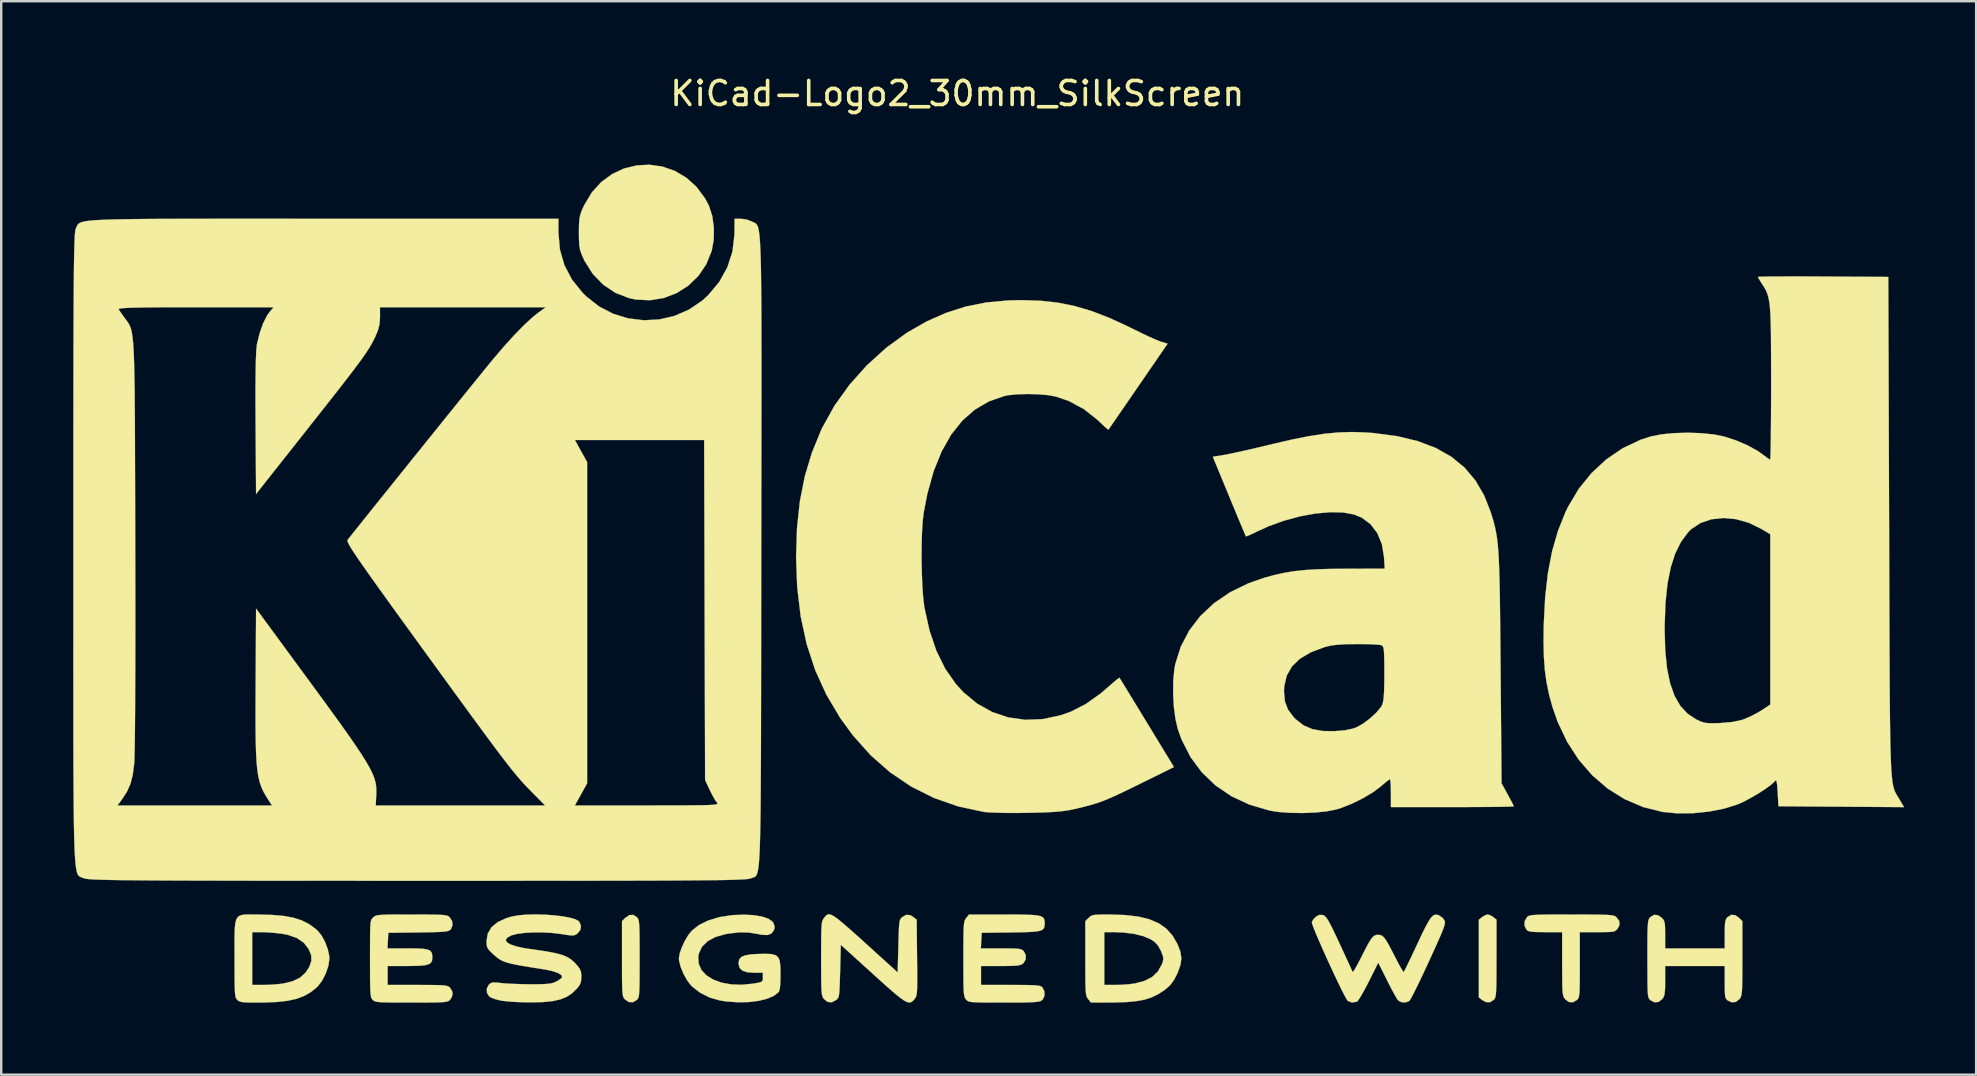
<source format=kicad_pcb>
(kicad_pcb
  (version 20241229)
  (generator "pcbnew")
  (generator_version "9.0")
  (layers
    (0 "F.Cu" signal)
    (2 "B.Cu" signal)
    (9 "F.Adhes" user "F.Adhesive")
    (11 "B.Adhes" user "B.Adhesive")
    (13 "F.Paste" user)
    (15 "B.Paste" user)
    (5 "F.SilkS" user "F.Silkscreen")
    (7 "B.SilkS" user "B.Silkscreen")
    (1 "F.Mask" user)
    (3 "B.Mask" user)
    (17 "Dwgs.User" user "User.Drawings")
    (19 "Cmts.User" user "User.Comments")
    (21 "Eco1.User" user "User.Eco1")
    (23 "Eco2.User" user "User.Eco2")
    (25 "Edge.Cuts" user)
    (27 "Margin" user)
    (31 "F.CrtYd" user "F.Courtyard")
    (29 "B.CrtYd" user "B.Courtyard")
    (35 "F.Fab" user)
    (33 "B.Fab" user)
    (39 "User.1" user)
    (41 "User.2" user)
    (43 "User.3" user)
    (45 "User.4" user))
  (footprint "KiCad-Logo2_30mm_SilkScreen"
    (layer "F.Cu")
    (at 38.106 18.628)
    (property "Reference" "KiCad-Logo2_30mm_SilkScreen" (at -1.27 -17.78 0) (layer "F.SilkS") (effects (font (size 1 1) (thickness 0.15))))
    (attr exclude_from_pos_files exclude_from_bom)
    (fp_poly (pts (xy 20.943 16.459) (xy 21.062 16.533) (xy 21.195 16.641) (xy 21.195 18.249) (xy 21.194 18.719) (xy 21.193 19.09) (xy 21.189 19.374) (xy 21.182 19.584) (xy 21.171 19.734) (xy 21.155 19.836) (xy 21.134 19.905) (xy 21.107 19.952) (xy 21.087 19.975) (xy 20.93 20.078) (xy 20.751 20.074) (xy 20.594 19.986) (xy 20.461 19.878) (xy 20.461 16.641) (xy 20.594 16.533) (xy 20.723 16.455) (xy 20.828 16.425) (xy 20.943 16.459)) (stroke (width 0.01) (type solid)) (fill yes) (layer "F.SilkS"))
    (fp_poly (pts (xy -14.619 16.538) (xy -14.586 16.576) (xy -14.56 16.625) (xy -14.541 16.698) (xy -14.527 16.808) (xy -14.517 16.968) (xy -14.511 17.192) (xy -14.508 17.492) (xy -14.506 17.881) (xy -14.506 18.26) (xy -14.507 18.729) (xy -14.508 19.098) (xy -14.512 19.381) (xy -14.519 19.59) (xy -14.529 19.739) (xy -14.544 19.84) (xy -14.565 19.907) (xy -14.593 19.952) (xy -14.619 19.981) (xy -14.784 20.08) (xy -14.96 20.071) (xy -15.117 19.964) (xy -15.153 19.922) (xy -15.182 19.873) (xy -15.203 19.804) (xy -15.218 19.702) (xy -15.229 19.553) (xy -15.235 19.343) (xy -15.239 19.059) (xy -15.24 18.688) (xy -15.24 18.268) (xy -15.24 16.702) (xy -15.101 16.564) (xy -14.931 16.447) (xy -14.765 16.443) (xy -14.619 16.538)) (stroke (width 0.01) (type solid)) (fill yes) (layer "F.SilkS"))
    (fp_poly (pts (xy -13.557 -14.738) (xy -13.044 -14.56) (xy -12.567 -14.28) (xy -12.141 -13.898) (xy -11.781 -13.415) (xy -11.619 -13.11) (xy -11.48 -12.683) (xy -11.412 -12.191) (xy -11.419 -11.684) (xy -11.503 -11.226) (xy -11.73 -10.665) (xy -12.061 -10.179) (xy -12.477 -9.777) (xy -12.961 -9.468) (xy -13.499 -9.262) (xy -14.071 -9.168) (xy -14.662 -9.197) (xy -14.953 -9.259) (xy -15.521 -9.48) (xy -16.025 -9.817) (xy -16.454 -10.26) (xy -16.795 -10.798) (xy -16.823 -10.856) (xy -16.923 -11.077) (xy -16.986 -11.263) (xy -17.02 -11.459) (xy -17.033 -11.71) (xy -17.036 -11.983) (xy -17.032 -12.311) (xy -17.015 -12.549) (xy -16.976 -12.741) (xy -16.906 -12.933) (xy -16.82 -13.122) (xy -16.498 -13.66) (xy -16.103 -14.095) (xy -15.648 -14.428) (xy -15.151 -14.659) (xy -14.626 -14.787) (xy -14.09 -14.814) (xy -13.557 -14.738)) (stroke (width 0.01) (type solid)) (fill yes) (layer "F.SilkS"))
    (fp_poly (pts (xy 24.815 16.426) (xy 25.209 16.428) (xy 25.514 16.432) (xy 25.744 16.438) (xy 25.911 16.448) (xy 26.026 16.463) (xy 26.103 16.481) (xy 26.154 16.506) (xy 26.179 16.524) (xy 26.307 16.687) (xy 26.323 16.856) (xy 26.244 17.009) (xy 26.192 17.07) (xy 26.136 17.112) (xy 26.055 17.138) (xy 25.928 17.152) (xy 25.734 17.158) (xy 25.451 17.159) (xy 25.396 17.159) (xy 24.666 17.159) (xy 24.666 18.514) (xy 24.666 18.941) (xy 24.664 19.269) (xy 24.659 19.514) (xy 24.65 19.689) (xy 24.636 19.809) (xy 24.616 19.888) (xy 24.588 19.941) (xy 24.553 19.981) (xy 24.389 20.081) (xy 24.217 20.073) (xy 24.061 19.96) (xy 24.049 19.945) (xy 24.012 19.892) (xy 23.984 19.83) (xy 23.963 19.744) (xy 23.949 19.619) (xy 23.94 19.439) (xy 23.935 19.19) (xy 23.933 18.857) (xy 23.932 18.478) (xy 23.932 17.159) (xy 23.236 17.159) (xy 22.937 17.157) (xy 22.73 17.149) (xy 22.594 17.133) (xy 22.508 17.105) (xy 22.452 17.063) (xy 22.445 17.056) (xy 22.364 16.89) (xy 22.371 16.702) (xy 22.465 16.538) (xy 22.501 16.506) (xy 22.548 16.481) (xy 22.618 16.462) (xy 22.723 16.448) (xy 22.877 16.438) (xy 23.091 16.431) (xy 23.378 16.427) (xy 23.751 16.426) (xy 24.221 16.425) (xy 24.321 16.425) (xy 24.815 16.426)) (stroke (width 0.01) (type solid)) (fill yes) (layer "F.SilkS"))
    (fp_poly (pts (xy 31.144 16.453) (xy 31.301 16.564) (xy 31.44 16.702) (xy 31.44 18.25) (xy 31.439 18.709) (xy 31.437 19.069) (xy 31.433 19.344) (xy 31.426 19.547) (xy 31.415 19.692) (xy 31.398 19.792) (xy 31.376 19.862) (xy 31.346 19.914) (xy 31.323 19.945) (xy 31.169 20.068) (xy 30.992 20.082) (xy 30.831 20.006) (xy 30.778 19.962) (xy 30.742 19.903) (xy 30.721 19.808) (xy 30.71 19.655) (xy 30.706 19.423) (xy 30.706 19.244) (xy 30.706 18.57) (xy 28.222 18.57) (xy 28.222 19.183) (xy 28.22 19.464) (xy 28.209 19.657) (xy 28.188 19.787) (xy 28.15 19.879) (xy 28.105 19.945) (xy 27.951 20.068) (xy 27.776 20.083) (xy 27.609 19.995) (xy 27.563 19.95) (xy 27.531 19.889) (xy 27.509 19.795) (xy 27.497 19.648) (xy 27.49 19.43) (xy 27.487 19.121) (xy 27.487 19.05) (xy 27.484 18.468) (xy 27.483 17.989) (xy 27.484 17.601) (xy 27.486 17.294) (xy 27.491 17.058) (xy 27.5 16.883) (xy 27.511 16.756) (xy 27.527 16.669) (xy 27.548 16.61) (xy 27.573 16.569) (xy 27.601 16.538) (xy 27.761 16.439) (xy 27.927 16.453) (xy 28.084 16.564) (xy 28.147 16.636) (xy 28.188 16.715) (xy 28.21 16.828) (xy 28.22 17) (xy 28.222 17.259) (xy 28.222 17.269) (xy 28.222 17.836) (xy 30.706 17.836) (xy 30.706 17.244) (xy 30.708 16.971) (xy 30.718 16.786) (xy 30.74 16.667) (xy 30.777 16.587) (xy 30.819 16.538) (xy 30.978 16.439) (xy 31.144 16.453)) (stroke (width 0.01) (type solid)) (fill yes) (layer "F.SilkS"))
    (fp_poly (pts (xy 5.092 16.426) (xy 5.736 16.448) (xy 6.285 16.514) (xy 6.746 16.629) (xy 7.129 16.795) (xy 7.443 17.018) (xy 7.696 17.301) (xy 7.898 17.648) (xy 7.902 17.657) (xy 8.023 17.967) (xy 8.066 18.243) (xy 8.031 18.519) (xy 7.918 18.835) (xy 7.897 18.883) (xy 7.751 19.165) (xy 7.587 19.382) (xy 7.375 19.567) (xy 7.086 19.751) (xy 7.069 19.76) (xy 6.818 19.881) (xy 6.533 19.971) (xy 6.198 20.034) (xy 5.793 20.073) (xy 5.3 20.09) (xy 5.126 20.091) (xy 4.298 20.094) (xy 4.181 19.945) (xy 4.146 19.897) (xy 4.119 19.839) (xy 4.099 19.76) (xy 4.084 19.646) (xy 4.074 19.482) (xy 4.071 19.36) (xy 4.854 19.36) (xy 5.324 19.36) (xy 5.598 19.352) (xy 5.88 19.331) (xy 6.112 19.301) (xy 6.126 19.299) (xy 6.537 19.189) (xy 6.856 19.023) (xy 7.092 18.794) (xy 7.257 18.495) (xy 7.286 18.415) (xy 7.314 18.292) (xy 7.301 18.17) (xy 7.242 18.007) (xy 7.207 17.927) (xy 7.09 17.715) (xy 6.949 17.566) (xy 6.795 17.463) (xy 6.485 17.328) (xy 6.088 17.23) (xy 5.626 17.174) (xy 5.292 17.161) (xy 4.854 17.159) (xy 4.854 19.36) (xy 4.071 19.36) (xy 4.068 19.255) (xy 4.065 18.952) (xy 4.064 18.558) (xy 4.064 18.25) (xy 4.064 16.702) (xy 4.203 16.564) (xy 4.264 16.508) (xy 4.331 16.469) (xy 4.423 16.445) (xy 4.564 16.432) (xy 4.774 16.427) (xy 5.074 16.426) (xy 5.092 16.426)) (stroke (width 0.01) (type solid)) (fill yes) (layer "F.SilkS"))
    (fp_poly (pts (xy -30.607 16.425) (xy -30.409 16.427) (xy -29.831 16.441) (xy -29.347 16.483) (xy -28.94 16.556) (xy -28.594 16.666) (xy -28.292 16.817) (xy -28.019 17.013) (xy -27.921 17.098) (xy -27.759 17.297) (xy -27.613 17.567) (xy -27.5 17.867) (xy -27.438 18.154) (xy -27.432 18.26) (xy -27.472 18.554) (xy -27.579 18.875) (xy -27.735 19.179) (xy -27.919 19.422) (xy -27.949 19.451) (xy -28.203 19.657) (xy -28.481 19.817) (xy -28.798 19.937) (xy -29.172 20.02) (xy -29.619 20.07) (xy -30.153 20.092) (xy -30.398 20.094) (xy -30.709 20.093) (xy -30.928 20.086) (xy -31.075 20.073) (xy -31.17 20.049) (xy -31.235 20.013) (xy -31.27 19.981) (xy -31.303 19.943) (xy -31.329 19.895) (xy -31.349 19.822) (xy -31.363 19.712) (xy -31.372 19.551) (xy -31.378 19.328) (xy -31.382 19.028) (xy -31.383 18.638) (xy -31.383 18.26) (xy -31.384 17.755) (xy -31.384 17.352) (xy -31.379 17.159) (xy -30.649 17.159) (xy -30.649 19.36) (xy -30.184 19.36) (xy -29.903 19.352) (xy -29.61 19.331) (xy -29.365 19.302) (xy -29.358 19.301) (xy -28.962 19.205) (xy -28.655 19.056) (xy -28.422 18.844) (xy -28.273 18.615) (xy -28.182 18.36) (xy -28.189 18.121) (xy -28.295 17.865) (xy -28.502 17.599) (xy -28.79 17.403) (xy -29.164 17.272) (xy -29.414 17.225) (xy -29.697 17.193) (xy -29.998 17.169) (xy -30.253 17.159) (xy -30.268 17.159) (xy -30.649 17.159) (xy -31.379 17.159) (xy -31.376 17.039) (xy -31.355 16.805) (xy -31.314 16.639) (xy -31.248 16.529) (xy -31.15 16.464) (xy -31.014 16.432) (xy -30.835 16.423) (xy -30.607 16.425)) (stroke (width 0.01) (type solid)) (fill yes) (layer "F.SilkS"))
    (fp_poly (pts (xy -6.501 16.447) (xy -6.383 16.516) (xy -6.229 16.629) (xy -6.03 16.792) (xy -5.78 17.009) (xy -5.469 17.285) (xy -5.09 17.627) (xy -4.657 18.02) (xy -3.754 18.839) (xy -3.725 17.74) (xy -3.715 17.362) (xy -3.705 17.08) (xy -3.694 16.879) (xy -3.678 16.741) (xy -3.656 16.652) (xy -3.626 16.594) (xy -3.585 16.551) (xy -3.564 16.533) (xy -3.391 16.438) (xy -3.227 16.452) (xy -3.097 16.533) (xy -2.963 16.641) (xy -2.947 18.216) (xy -2.942 18.679) (xy -2.94 19.043) (xy -2.941 19.321) (xy -2.945 19.527) (xy -2.954 19.674) (xy -2.969 19.776) (xy -2.99 19.847) (xy -3.018 19.9) (xy -3.05 19.942) (xy -3.117 20.021) (xy -3.184 20.073) (xy -3.261 20.093) (xy -3.355 20.075) (xy -3.477 20.014) (xy -3.636 19.904) (xy -3.842 19.74) (xy -4.103 19.515) (xy -4.429 19.224) (xy -4.798 18.89) (xy -6.124 17.687) (xy -6.152 18.783) (xy -6.163 19.161) (xy -6.173 19.442) (xy -6.184 19.643) (xy -6.2 19.779) (xy -6.222 19.869) (xy -6.252 19.926) (xy -6.293 19.969) (xy -6.314 19.986) (xy -6.499 20.082) (xy -6.674 20.067) (xy -6.826 19.945) (xy -6.86 19.896) (xy -6.888 19.839) (xy -6.908 19.76) (xy -6.923 19.645) (xy -6.932 19.48) (xy -6.938 19.253) (xy -6.941 18.948) (xy -6.943 18.552) (xy -6.943 18.26) (xy -6.942 17.802) (xy -6.941 17.443) (xy -6.937 17.17) (xy -6.929 16.969) (xy -6.918 16.825) (xy -6.901 16.725) (xy -6.878 16.656) (xy -6.848 16.604) (xy -6.826 16.574) (xy -6.769 16.503) (xy -6.717 16.45) (xy -6.659 16.419) (xy -6.59 16.417) (xy -6.501 16.447)) (stroke (width 0.01) (type solid)) (fill yes) (layer "F.SilkS"))
    (fp_poly (pts (xy -9.75 16.453) (xy -9.408 16.51) (xy -9.145 16.6) (xy -8.974 16.717) (xy -8.927 16.785) (xy -8.879 16.941) (xy -8.911 17.082) (xy -9.012 17.216) (xy -9.169 17.279) (xy -9.396 17.273) (xy -9.572 17.24) (xy -9.962 17.175) (xy -10.361 17.169) (xy -10.808 17.221) (xy -10.931 17.243) (xy -11.346 17.361) (xy -11.671 17.535) (xy -11.902 17.763) (xy -12.036 18.042) (xy -12.063 18.187) (xy -12.045 18.48) (xy -11.929 18.739) (xy -11.724 18.96) (xy -11.442 19.136) (xy -11.094 19.264) (xy -10.689 19.338) (xy -10.239 19.352) (xy -9.755 19.303) (xy -9.727 19.298) (xy -9.534 19.262) (xy -9.427 19.228) (xy -9.381 19.176) (xy -9.37 19.09) (xy -9.37 19.044) (xy -9.37 18.852) (xy -9.712 18.852) (xy -10.014 18.832) (xy -10.221 18.766) (xy -10.341 18.649) (xy -10.384 18.475) (xy -10.385 18.452) (xy -10.359 18.303) (xy -10.272 18.197) (xy -10.11 18.127) (xy -9.859 18.086) (xy -9.616 18.071) (xy -9.262 18.062) (xy -9.006 18.075) (xy -8.831 18.124) (xy -8.722 18.222) (xy -8.664 18.382) (xy -8.64 18.619) (xy -8.636 18.93) (xy -8.643 19.278) (xy -8.664 19.514) (xy -8.7 19.64) (xy -8.707 19.65) (xy -8.901 19.808) (xy -9.186 19.932) (xy -9.544 20.022) (xy -9.957 20.073) (xy -10.406 20.083) (xy -10.873 20.05) (xy -11.148 20.01) (xy -11.579 19.888) (xy -11.979 19.688) (xy -12.315 19.429) (xy -12.366 19.378) (xy -12.532 19.16) (xy -12.681 18.891) (xy -12.797 18.608) (xy -12.861 18.351) (xy -12.869 18.253) (xy -12.836 18.047) (xy -12.748 17.791) (xy -12.621 17.522) (xy -12.474 17.276) (xy -12.344 17.112) (xy -12.039 16.867) (xy -11.645 16.673) (xy -11.176 16.532) (xy -10.646 16.451) (xy -10.16 16.431) (xy -9.75 16.453)) (stroke (width 0.01) (type solid)) (fill yes) (layer "F.SilkS"))
    (fp_poly (pts (xy 1.152 16.426) (xy 1.534 16.431) (xy 1.826 16.442) (xy 2.041 16.461) (xy 2.191 16.491) (xy 2.287 16.535) (xy 2.341 16.596) (xy 2.365 16.675) (xy 2.371 16.775) (xy 2.371 16.787) (xy 2.366 16.9) (xy 2.342 16.988) (xy 2.287 17.053) (xy 2.187 17.1) (xy 2.029 17.131) (xy 1.801 17.151) (xy 1.49 17.163) (xy 1.081 17.17) (xy 0.956 17.172) (xy -0.254 17.187) (xy -0.271 17.512) (xy -0.288 17.836) (xy 0.553 17.836) (xy 0.881 17.838) (xy 1.116 17.843) (xy 1.275 17.854) (xy 1.379 17.874) (xy 1.445 17.904) (xy 1.494 17.947) (xy 1.494 17.947) (xy 1.582 18.116) (xy 1.579 18.297) (xy 1.487 18.452) (xy 1.468 18.468) (xy 1.404 18.509) (xy 1.315 18.538) (xy 1.183 18.556) (xy 0.987 18.566) (xy 0.708 18.57) (xy 0.53 18.57) (xy -0.282 18.57) (xy -0.282 19.36) (xy 0.951 19.36) (xy 1.358 19.361) (xy 1.667 19.364) (xy 1.893 19.37) (xy 2.051 19.381) (xy 2.156 19.398) (xy 2.223 19.421) (xy 2.266 19.452) (xy 2.277 19.464) (xy 2.358 19.621) (xy 2.364 19.801) (xy 2.298 19.956) (xy 2.245 20.006) (xy 2.191 20.034) (xy 2.106 20.055) (xy 1.978 20.071) (xy 1.794 20.082) (xy 1.539 20.089) (xy 1.2 20.093) (xy 0.765 20.094) (xy 0.667 20.094) (xy 0.225 20.094) (xy -0.119 20.092) (xy -0.377 20.088) (xy -0.564 20.081) (xy -0.694 20.069) (xy -0.78 20.051) (xy -0.837 20.026) (xy -0.878 19.994) (xy -0.901 19.971) (xy -0.935 19.929) (xy -0.961 19.878) (xy -0.981 19.804) (xy -0.996 19.693) (xy -1.006 19.532) (xy -1.012 19.307) (xy -1.015 19.006) (xy -1.016 18.615) (xy -1.016 18.285) (xy -1.016 17.823) (xy -1.014 17.461) (xy -1.01 17.184) (xy -1.003 16.979) (xy -0.992 16.832) (xy -0.975 16.731) (xy -0.953 16.66) (xy -0.924 16.607) (xy -0.899 16.574) (xy -0.782 16.425) (xy 0.669 16.425) (xy 1.152 16.426)) (stroke (width 0.01) (type solid)) (fill yes) (layer "F.SilkS"))
    (fp_poly (pts (xy -23.564 16.426) (xy -23.217 16.428) (xy -22.955 16.432) (xy -22.764 16.44) (xy -22.631 16.452) (xy -22.541 16.47) (xy -22.48 16.494) (xy -22.435 16.526) (xy -22.419 16.54) (xy -22.32 16.696) (xy -22.302 16.874) (xy -22.367 17.033) (xy -22.398 17.065) (xy -22.446 17.096) (xy -22.525 17.12) (xy -22.647 17.138) (xy -22.828 17.151) (xy -23.083 17.16) (xy -23.425 17.168) (xy -23.738 17.172) (xy -24.977 17.187) (xy -24.994 17.512) (xy -25.011 17.836) (xy -24.17 17.836) (xy -23.805 17.84) (xy -23.538 17.853) (xy -23.353 17.882) (xy -23.236 17.932) (xy -23.172 18.008) (xy -23.146 18.117) (xy -23.142 18.219) (xy -23.155 18.343) (xy -23.201 18.435) (xy -23.297 18.498) (xy -23.456 18.539) (xy -23.692 18.561) (xy -24.02 18.569) (xy -24.199 18.57) (xy -25.005 18.57) (xy -25.005 19.36) (xy -23.763 19.36) (xy -23.356 19.361) (xy -23.047 19.364) (xy -22.82 19.369) (xy -22.66 19.38) (xy -22.553 19.396) (xy -22.482 19.419) (xy -22.433 19.45) (xy -22.408 19.473) (xy -22.323 19.608) (xy -22.296 19.727) (xy -22.335 19.873) (xy -22.408 19.981) (xy -22.448 20.015) (xy -22.498 20.042) (xy -22.574 20.061) (xy -22.689 20.076) (xy -22.856 20.085) (xy -23.088 20.09) (xy -23.401 20.093) (xy -23.807 20.094) (xy -24.017 20.094) (xy -24.468 20.094) (xy -24.82 20.092) (xy -25.086 20.088) (xy -25.28 20.08) (xy -25.415 20.068) (xy -25.506 20.051) (xy -25.566 20.028) (xy -25.609 19.997) (xy -25.626 19.981) (xy -25.659 19.943) (xy -25.685 19.894) (xy -25.704 19.821) (xy -25.718 19.711) (xy -25.728 19.55) (xy -25.734 19.326) (xy -25.737 19.024) (xy -25.738 18.634) (xy -25.739 18.27) (xy -25.738 17.804) (xy -25.737 17.437) (xy -25.734 17.157) (xy -25.728 16.951) (xy -25.718 16.804) (xy -25.703 16.705) (xy -25.681 16.639) (xy -25.653 16.594) (xy -25.617 16.556) (xy -25.608 16.548) (xy -25.565 16.511) (xy -25.514 16.482) (xy -25.443 16.461) (xy -25.337 16.445) (xy -25.182 16.435) (xy -24.964 16.429) (xy -24.669 16.426) (xy -24.284 16.425) (xy -24.01 16.425) (xy -23.564 16.426)) (stroke (width 0.01) (type solid)) (fill yes) (layer "F.SilkS"))
    (fp_poly (pts (xy 18.723 16.435) (xy 18.821 16.47) (xy 18.825 16.472) (xy 18.958 16.573) (xy 19.031 16.678) (xy 19.046 16.727) (xy 19.045 16.792) (xy 19.025 16.884) (xy 18.981 17.016) (xy 18.908 17.199) (xy 18.803 17.443) (xy 18.661 17.762) (xy 18.477 18.165) (xy 18.376 18.386) (xy 18.193 18.78) (xy 18.022 19.142) (xy 17.868 19.459) (xy 17.738 19.719) (xy 17.64 19.906) (xy 17.578 20.009) (xy 17.566 20.024) (xy 17.411 20.087) (xy 17.236 20.078) (xy 17.095 20.002) (xy 17.089 19.995) (xy 17.033 19.911) (xy 16.94 19.746) (xy 16.819 19.522) (xy 16.684 19.26) (xy 16.636 19.164) (xy 16.27 18.431) (xy 15.871 19.227) (xy 15.729 19.502) (xy 15.597 19.741) (xy 15.486 19.924) (xy 15.407 20.035) (xy 15.38 20.059) (xy 15.171 20.091) (xy 14.999 20.024) (xy 14.949 19.952) (xy 14.861 19.793) (xy 14.744 19.563) (xy 14.604 19.276) (xy 14.448 18.949) (xy 14.284 18.598) (xy 14.119 18.236) (xy 13.959 17.882) (xy 13.813 17.549) (xy 13.687 17.254) (xy 13.588 17.012) (xy 13.524 16.84) (xy 13.501 16.751) (xy 13.501 16.748) (xy 13.557 16.637) (xy 13.667 16.524) (xy 13.674 16.519) (xy 13.809 16.442) (xy 13.935 16.443) (xy 13.982 16.457) (xy 14.039 16.489) (xy 14.1 16.55) (xy 14.172 16.655) (xy 14.262 16.815) (xy 14.377 17.043) (xy 14.525 17.353) (xy 14.659 17.639) (xy 14.812 17.971) (xy 14.95 18.269) (xy 15.065 18.519) (xy 15.149 18.703) (xy 15.196 18.808) (xy 15.203 18.824) (xy 15.233 18.797) (xy 15.304 18.686) (xy 15.405 18.505) (xy 15.528 18.271) (xy 15.576 18.175) (xy 15.741 17.85) (xy 15.868 17.613) (xy 15.968 17.451) (xy 16.051 17.35) (xy 16.128 17.295) (xy 16.208 17.274) (xy 16.261 17.272) (xy 16.353 17.28) (xy 16.435 17.314) (xy 16.515 17.388) (xy 16.606 17.515) (xy 16.719 17.71) (xy 16.863 17.987) (xy 16.943 18.145) (xy 17.073 18.395) (xy 17.186 18.604) (xy 17.272 18.751) (xy 17.322 18.821) (xy 17.329 18.824) (xy 17.361 18.769) (xy 17.434 18.626) (xy 17.539 18.411) (xy 17.669 18.138) (xy 17.818 17.822) (xy 17.891 17.665) (xy 18.081 17.26) (xy 18.235 16.949) (xy 18.359 16.72) (xy 18.462 16.565) (xy 18.551 16.472) (xy 18.636 16.433) (xy 18.723 16.435)) (stroke (width 0.01) (type solid)) (fill yes) (layer "F.SilkS"))
    (fp_poly (pts (xy -18.459 16.432) (xy -18.084 16.458) (xy -17.737 16.499) (xy -17.435 16.553) (xy -17.2 16.618) (xy -17.052 16.694) (xy -17.029 16.716) (xy -16.95 16.889) (xy -16.974 17.067) (xy -17.097 17.219) (xy -17.103 17.223) (xy -17.175 17.27) (xy -17.25 17.294) (xy -17.355 17.297) (xy -17.516 17.279) (xy -17.76 17.241) (xy -17.78 17.238) (xy -18.144 17.193) (xy -18.536 17.171) (xy -18.93 17.171) (xy -19.297 17.191) (xy -19.61 17.232) (xy -19.842 17.293) (xy -19.857 17.299) (xy -20.025 17.393) (xy -20.084 17.488) (xy -20.038 17.582) (xy -19.89 17.672) (xy -19.645 17.754) (xy -19.305 17.827) (xy -19.078 17.862) (xy -18.607 17.929) (xy -18.233 17.991) (xy -17.939 18.052) (xy -17.709 18.118) (xy -17.528 18.195) (xy -17.379 18.286) (xy -17.247 18.399) (xy -17.141 18.51) (xy -17.015 18.664) (xy -16.953 18.797) (xy -16.934 18.96) (xy -16.933 19.02) (xy -16.948 19.219) (xy -17.006 19.366) (xy -17.107 19.497) (xy -17.311 19.698) (xy -17.539 19.851) (xy -17.808 19.961) (xy -18.133 20.034) (xy -18.534 20.074) (xy -19.025 20.086) (xy -19.106 20.086) (xy -19.434 20.079) (xy -19.759 20.064) (xy -20.046 20.042) (xy -20.26 20.016) (xy -20.277 20.013) (xy -20.489 19.962) (xy -20.669 19.899) (xy -20.771 19.841) (xy -20.866 19.688) (xy -20.872 19.51) (xy -20.79 19.351) (xy -20.772 19.333) (xy -20.697 19.279) (xy -20.602 19.256) (xy -20.456 19.26) (xy -20.278 19.281) (xy -20.08 19.299) (xy -19.802 19.314) (xy -19.477 19.325) (xy -19.139 19.331) (xy -19.05 19.331) (xy -18.711 19.33) (xy -18.462 19.323) (xy -18.283 19.309) (xy -18.151 19.285) (xy -18.045 19.249) (xy -17.981 19.219) (xy -17.84 19.136) (xy -17.75 19.061) (xy -17.737 19.039) (xy -17.765 18.951) (xy -17.896 18.866) (xy -18.122 18.787) (xy -18.434 18.719) (xy -18.526 18.704) (xy -19.005 18.629) (xy -19.388 18.566) (xy -19.689 18.511) (xy -19.922 18.459) (xy -20.103 18.405) (xy -20.246 18.346) (xy -20.366 18.276) (xy -20.478 18.191) (xy -20.597 18.087) (xy -20.637 18.05) (xy -20.777 17.913) (xy -20.851 17.805) (xy -20.88 17.681) (xy -20.884 17.525) (xy -20.833 17.219) (xy -20.679 16.958) (xy -20.423 16.745) (xy -20.066 16.579) (xy -19.812 16.505) (xy -19.535 16.457) (xy -19.204 16.43) (xy -18.839 16.422) (xy -18.459 16.432)) (stroke (width 0.01) (type solid)) (fill yes) (layer "F.SilkS"))
    (fp_poly (pts (xy 2.188 -9.148) (xy 2.924 -9.067) (xy 3.638 -8.923) (xy 4.357 -8.708) (xy 5.111 -8.414) (xy 5.93 -8.033) (xy 6.078 -7.959) (xy 6.416 -7.793) (xy 6.735 -7.643) (xy 7.003 -7.524) (xy 7.189 -7.45) (xy 7.218 -7.44) (xy 7.492 -7.358) (xy 6.265 -5.574) (xy 5.966 -5.138) (xy 5.691 -4.739) (xy 5.452 -4.392) (xy 5.257 -4.11) (xy 5.116 -3.905) (xy 5.038 -3.793) (xy 5.026 -3.775) (xy 4.974 -3.812) (xy 4.847 -3.924) (xy 4.668 -4.091) (xy 4.569 -4.185) (xy 4.007 -4.631) (xy 3.377 -4.97) (xy 2.834 -5.156) (xy 2.508 -5.215) (xy 2.099 -5.25) (xy 1.657 -5.262) (xy 1.228 -5.25) (xy 0.861 -5.213) (xy 0.715 -5.185) (xy 0.055 -4.958) (xy -0.539 -4.612) (xy -1.068 -4.146) (xy -1.53 -3.563) (xy -1.927 -2.861) (xy -2.256 -2.043) (xy -2.517 -1.108) (xy -2.673 -0.307) (xy -2.713 0.046) (xy -2.741 0.503) (xy -2.756 1.029) (xy -2.759 1.594) (xy -2.749 2.163) (xy -2.728 2.703) (xy -2.695 3.184) (xy -2.65 3.57) (xy -2.641 3.629) (xy -2.429 4.59) (xy -2.141 5.439) (xy -1.775 6.183) (xy -1.328 6.823) (xy -1.011 7.169) (xy -0.441 7.64) (xy 0.184 7.988) (xy 0.853 8.213) (xy 1.557 8.312) (xy 2.284 8.285) (xy 3.023 8.128) (xy 3.461 7.974) (xy 4.066 7.666) (xy 4.69 7.225) (xy 5.04 6.926) (xy 5.236 6.753) (xy 5.39 6.626) (xy 5.478 6.565) (xy 5.489 6.563) (xy 5.528 6.626) (xy 5.629 6.791) (xy 5.784 7.044) (xy 5.985 7.372) (xy 6.221 7.76) (xy 6.485 8.193) (xy 6.633 8.435) (xy 7.756 10.281) (xy 6.353 10.974) (xy 5.846 11.223) (xy 5.435 11.419) (xy 5.095 11.573) (xy 4.802 11.693) (xy 4.529 11.79) (xy 4.252 11.873) (xy 3.946 11.953) (xy 3.653 12.022) (xy 3.392 12.076) (xy 3.12 12.117) (xy 2.808 12.147) (xy 2.429 12.168) (xy 1.957 12.183) (xy 1.639 12.189) (xy 1.185 12.194) (xy 0.749 12.192) (xy 0.361 12.183) (xy 0.049 12.17) (xy -0.157 12.152) (xy -0.169 12.15) (xy -1.242 11.918) (xy -2.249 11.566) (xy -3.19 11.095) (xy -4.066 10.504) (xy -4.875 9.794) (xy -5.617 8.965) (xy -6.154 8.228) (xy -6.726 7.263) (xy -7.189 6.245) (xy -7.544 5.164) (xy -7.794 4.013) (xy -7.941 2.783) (xy -7.987 1.534) (xy -7.949 0.327) (xy -7.83 -0.788) (xy -7.625 -1.828) (xy -7.33 -2.812) (xy -6.943 -3.759) (xy -6.897 -3.857) (xy -6.387 -4.774) (xy -5.761 -5.647) (xy -5.037 -6.457) (xy -4.232 -7.187) (xy -3.364 -7.818) (xy -2.555 -8.281) (xy -1.738 -8.643) (xy -0.919 -8.906) (xy -0.066 -9.076) (xy 0.851 -9.16) (xy 1.4 -9.173) (xy 2.188 -9.148)) (stroke (width 0.01) (type solid)) (fill yes) (layer "F.SilkS"))
    (fp_poly (pts (xy 34.027 -10.161) (xy 34.608 -10.159) (xy 34.806 -10.157) (xy 37.52 -10.14) (xy 37.554 0.273) (xy 37.558 1.685) (xy 37.562 2.967) (xy 37.566 4.126) (xy 37.57 5.168) (xy 37.574 6.1) (xy 37.578 6.929) (xy 37.584 7.661) (xy 37.59 8.303) (xy 37.598 8.861) (xy 37.607 9.342) (xy 37.618 9.753) (xy 37.631 10.101) (xy 37.646 10.392) (xy 37.664 10.632) (xy 37.685 10.828) (xy 37.709 10.988) (xy 37.736 11.117) (xy 37.766 11.222) (xy 37.801 11.31) (xy 37.84 11.388) (xy 37.883 11.462) (xy 37.931 11.538) (xy 37.983 11.624) (xy 37.994 11.642) (xy 38.175 11.951) (xy 35.56 11.933) (xy 32.945 11.915) (xy 32.911 11.34) (xy 32.892 11.065) (xy 32.873 10.905) (xy 32.847 10.842) (xy 32.807 10.855) (xy 32.774 10.891) (xy 32.63 11.024) (xy 32.396 11.195) (xy 32.105 11.383) (xy 31.788 11.568) (xy 31.481 11.73) (xy 31.244 11.836) (xy 30.691 12.011) (xy 30.056 12.136) (xy 29.386 12.204) (xy 28.728 12.211) (xy 28.129 12.154) (xy 28.12 12.152) (xy 27.301 11.947) (xy 26.534 11.619) (xy 25.827 11.177) (xy 25.187 10.627) (xy 24.622 9.976) (xy 24.139 9.231) (xy 23.745 8.4) (xy 23.53 7.784) (xy 23.388 7.269) (xy 23.284 6.77) (xy 23.212 6.257) (xy 23.171 5.699) (xy 23.156 5.068) (xy 23.162 4.552) (xy 28.201 4.552) (xy 28.225 5.417) (xy 28.3 6.161) (xy 28.429 6.791) (xy 28.614 7.314) (xy 28.857 7.735) (xy 29.161 8.062) (xy 29.511 8.293) (xy 29.694 8.38) (xy 29.852 8.432) (xy 30.029 8.455) (xy 30.266 8.457) (xy 30.521 8.448) (xy 31.023 8.404) (xy 31.42 8.317) (xy 31.545 8.274) (xy 31.83 8.145) (xy 32.131 7.984) (xy 32.262 7.903) (xy 32.603 7.68) (xy 32.603 0.582) (xy 32.228 0.357) (xy 31.704 0.102) (xy 31.169 -0.048) (xy 30.642 -0.096) (xy 30.143 -0.041) (xy 29.691 0.115) (xy 29.307 0.372) (xy 29.182 0.495) (xy 28.883 0.898) (xy 28.641 1.386) (xy 28.454 1.968) (xy 28.319 2.651) (xy 28.236 3.444) (xy 28.202 4.355) (xy 28.201 4.552) (xy 23.162 4.552) (xy 23.165 4.337) (xy 23.223 3.213) (xy 23.338 2.199) (xy 23.515 1.281) (xy 23.757 0.443) (xy 24.065 -0.329) (xy 24.175 -0.558) (xy 24.619 -1.304) (xy 25.155 -1.967) (xy 25.771 -2.537) (xy 26.454 -3.002) (xy 27.191 -3.352) (xy 27.634 -3.496) (xy 28.068 -3.581) (xy 28.591 -3.632) (xy 29.158 -3.649) (xy 29.725 -3.63) (xy 30.25 -3.577) (xy 30.671 -3.494) (xy 31.172 -3.331) (xy 31.658 -3.122) (xy 32.083 -2.887) (xy 32.309 -2.727) (xy 32.465 -2.609) (xy 32.575 -2.537) (xy 32.599 -2.526) (xy 32.607 -2.592) (xy 32.614 -2.782) (xy 32.621 -3.081) (xy 32.627 -3.476) (xy 32.631 -3.955) (xy 32.635 -4.504) (xy 32.637 -5.108) (xy 32.638 -5.725) (xy 32.637 -6.514) (xy 32.635 -7.179) (xy 32.631 -7.733) (xy 32.622 -8.189) (xy 32.609 -8.559) (xy 32.589 -8.857) (xy 32.562 -9.094) (xy 32.526 -9.283) (xy 32.481 -9.438) (xy 32.426 -9.571) (xy 32.358 -9.695) (xy 32.277 -9.822) (xy 32.267 -9.837) (xy 32.163 -10.002) (xy 32.1 -10.115) (xy 32.091 -10.139) (xy 32.157 -10.146) (xy 32.345 -10.152) (xy 32.641 -10.157) (xy 33.029 -10.16) (xy 33.496 -10.161) (xy 34.027 -10.161)) (stroke (width 0.01) (type solid)) (fill yes) (layer "F.SilkS"))
    (fp_poly (pts (xy 15.752 -3.659) (xy 16.091 -3.633) (xy 17.059 -3.505) (xy 17.916 -3.299) (xy 18.666 -3.014) (xy 19.315 -2.647) (xy 19.865 -2.195) (xy 20.321 -1.655) (xy 20.687 -1.024) (xy 20.954 -0.341) (xy 21.022 -0.124) (xy 21.081 0.08) (xy 21.132 0.281) (xy 21.176 0.49) (xy 21.213 0.719) (xy 21.244 0.977) (xy 21.27 1.277) (xy 21.291 1.628) (xy 21.308 2.042) (xy 21.322 2.531) (xy 21.334 3.104) (xy 21.343 3.774) (xy 21.352 4.55) (xy 21.36 5.444) (xy 21.366 6.145) (xy 21.406 10.959) (xy 21.662 11.422) (xy 21.783 11.645) (xy 21.873 11.819) (xy 21.916 11.911) (xy 21.918 11.917) (xy 21.852 11.924) (xy 21.665 11.931) (xy 21.37 11.937) (xy 20.985 11.942) (xy 20.522 11.945) (xy 19.997 11.948) (xy 19.425 11.949) (xy 19.357 11.949) (xy 16.797 11.949) (xy 16.797 11.369) (xy 16.792 11.106) (xy 16.781 10.906) (xy 16.764 10.798) (xy 16.757 10.788) (xy 16.689 10.83) (xy 16.549 10.939) (xy 16.368 11.093) (xy 16.364 11.097) (xy 16.033 11.343) (xy 15.615 11.59) (xy 15.158 11.814) (xy 14.708 11.991) (xy 14.509 12.051) (xy 14.115 12.128) (xy 13.631 12.177) (xy 13.102 12.197) (xy 12.572 12.188) (xy 12.085 12.15) (xy 11.744 12.095) (xy 10.909 11.849) (xy 10.157 11.5) (xy 9.493 11.05) (xy 8.922 10.505) (xy 8.449 9.868) (xy 8.079 9.145) (xy 7.92 8.706) (xy 7.82 8.279) (xy 7.753 7.767) (xy 7.723 7.216) (xy 7.724 7.136) (xy 12.342 7.136) (xy 12.38 7.545) (xy 12.507 7.885) (xy 12.743 8.201) (xy 12.834 8.293) (xy 13.155 8.543) (xy 13.527 8.703) (xy 13.973 8.781) (xy 14.442 8.786) (xy 14.887 8.749) (xy 15.228 8.675) (xy 15.376 8.62) (xy 15.642 8.469) (xy 15.925 8.256) (xy 16.183 8.018) (xy 16.375 7.789) (xy 16.426 7.705) (xy 16.466 7.588) (xy 16.494 7.401) (xy 16.513 7.126) (xy 16.522 6.747) (xy 16.524 6.385) (xy 16.522 5.964) (xy 16.517 5.659) (xy 16.506 5.452) (xy 16.487 5.321) (xy 16.458 5.247) (xy 16.417 5.21) (xy 16.404 5.204) (xy 16.294 5.186) (xy 16.077 5.171) (xy 15.781 5.161) (xy 15.438 5.157) (xy 15.363 5.157) (xy 14.903 5.164) (xy 14.549 5.186) (xy 14.266 5.225) (xy 14.034 5.283) (xy 13.456 5.501) (xy 13.002 5.77) (xy 12.67 6.093) (xy 12.455 6.475) (xy 12.352 6.92) (xy 12.342 7.136) (xy 7.724 7.136) (xy 7.729 6.675) (xy 7.776 6.189) (xy 7.812 5.993) (xy 8.042 5.265) (xy 8.392 4.595) (xy 8.855 3.99) (xy 9.424 3.456) (xy 10.094 2.999) (xy 10.857 2.626) (xy 11.505 2.399) (xy 11.939 2.28) (xy 12.353 2.188) (xy 12.776 2.119) (xy 13.233 2.071) (xy 13.752 2.04) (xy 14.36 2.023) (xy 14.91 2.019) (xy 16.539 2.014) (xy 16.508 1.524) (xy 16.419 0.993) (xy 16.231 0.536) (xy 15.95 0.166) (xy 15.586 -0.108) (xy 15.265 -0.241) (xy 14.806 -0.325) (xy 14.258 -0.337) (xy 13.65 -0.282) (xy 13.004 -0.163) (xy 12.348 0.014) (xy 11.708 0.245) (xy 11.242 0.457) (xy 11.018 0.566) (xy 10.847 0.641) (xy 10.76 0.671) (xy 10.756 0.67) (xy 10.726 0.604) (xy 10.651 0.428) (xy 10.538 0.16) (xy 10.394 -0.185) (xy 10.227 -0.588) (xy 10.057 -0.999) (xy 9.377 -2.647) (xy 9.861 -2.726) (xy 10.07 -2.766) (xy 10.385 -2.833) (xy 10.779 -2.921) (xy 11.224 -3.024) (xy 11.694 -3.135) (xy 11.881 -3.181) (xy 12.69 -3.368) (xy 13.398 -3.509) (xy 14.032 -3.606) (xy 14.618 -3.661) (xy 15.183 -3.678) (xy 15.752 -3.659)) (stroke (width 0.01) (type solid)) (fill yes) (layer "F.SilkS"))
    (fp_poly (pts (xy -29.619 -12.564) (xy -28.303 -12.563) (xy -27.691 -12.563) (xy -17.889 -12.563) (xy -17.889 -11.986) (xy -17.828 -11.283) (xy -17.641 -10.634) (xy -17.329 -10.036) (xy -16.889 -9.486) (xy -16.74 -9.337) (xy -16.205 -8.915) (xy -15.614 -8.607) (xy -14.986 -8.414) (xy -14.338 -8.334) (xy -13.688 -8.368) (xy -13.053 -8.516) (xy -12.451 -8.777) (xy -11.899 -9.152) (xy -11.651 -9.377) (xy -11.189 -9.932) (xy -10.851 -10.541) (xy -10.638 -11.198) (xy -10.555 -11.897) (xy -10.554 -11.966) (xy -10.549 -12.563) (xy -10.287 -12.563) (xy -10.054 -12.532) (xy -9.841 -12.455) (xy -9.827 -12.447) (xy -9.779 -12.422) (xy -9.735 -12.403) (xy -9.694 -12.383) (xy -9.658 -12.358) (xy -9.624 -12.321) (xy -9.594 -12.267) (xy -9.567 -12.19) (xy -9.543 -12.085) (xy -9.522 -11.946) (xy -9.504 -11.767) (xy -9.488 -11.543) (xy -9.474 -11.267) (xy -9.463 -10.935) (xy -9.453 -10.541) (xy -9.446 -10.078) (xy -9.44 -9.542) (xy -9.435 -8.927) (xy -9.432 -8.226) (xy -9.431 -7.435) (xy -9.43 -6.548) (xy -9.43 -5.558) (xy -9.431 -4.461) (xy -9.432 -3.251) (xy -9.434 -1.922) (xy -9.436 -0.468) (xy -9.439 1.116) (xy -9.439 1.309) (xy -9.441 2.903) (xy -9.443 4.366) (xy -9.444 5.704) (xy -9.446 6.923) (xy -9.448 8.027) (xy -9.45 9.023) (xy -9.453 9.917) (xy -9.457 10.714) (xy -9.461 11.419) (xy -9.467 12.038) (xy -9.474 12.578) (xy -9.483 13.043) (xy -9.493 13.44) (xy -9.505 13.773) (xy -9.52 14.049) (xy -9.536 14.273) (xy -9.555 14.451) (xy -9.577 14.589) (xy -9.601 14.692) (xy -9.628 14.766) (xy -9.659 14.816) (xy -9.692 14.849) (xy -9.73 14.869) (xy -9.771 14.883) (xy -9.815 14.896) (xy -9.864 14.914) (xy -9.876 14.919) (xy -9.914 14.931) (xy -9.976 14.942) (xy -10.07 14.953) (xy -10.2 14.962) (xy -10.371 14.97) (xy -10.59 14.978) (xy -10.861 14.985) (xy -11.19 14.991) (xy -11.584 14.996) (xy -12.046 15.001) (xy -12.582 15.005) (xy -13.199 15.009) (xy -13.902 15.012) (xy -14.695 15.014) (xy -15.585 15.016) (xy -16.577 15.017) (xy -17.676 15.019) (xy -18.889 15.019) (xy -20.22 15.02) (xy -21.674 15.02) (xy -23.258 15.02) (xy -23.772 15.02) (xy -25.391 15.02) (xy -26.879 15.019) (xy -28.242 15.019) (xy -29.485 15.018) (xy -30.613 15.017) (xy -31.633 15.015) (xy -32.549 15.013) (xy -33.368 15.011) (xy -34.094 15.008) (xy -34.734 15.005) (xy -35.293 15.001) (xy -35.776 14.996) (xy -36.189 14.991) (xy -36.538 14.986) (xy -36.828 14.979) (xy -37.064 14.972) (xy -37.253 14.964) (xy -37.399 14.955) (xy -37.508 14.945) (xy -37.587 14.934) (xy -37.64 14.922) (xy -37.668 14.911) (xy -37.72 14.89) (xy -37.766 14.874) (xy -37.809 14.858) (xy -37.849 14.836) (xy -37.884 14.804) (xy -37.916 14.754) (xy -37.945 14.682) (xy -37.97 14.581) (xy -37.993 14.447) (xy -38.013 14.273) (xy -38.03 14.054) (xy -38.045 13.784) (xy -38.058 13.458) (xy -38.068 13.069) (xy -38.077 12.613) (xy -38.084 12.084) (xy -38.086 11.881) (xy -36.263 11.881) (xy -29.822 11.881) (xy -29.946 11.693) (xy -30.07 11.5) (xy -30.174 11.316) (xy -30.261 11.129) (xy -30.332 10.925) (xy -30.389 10.692) (xy -30.433 10.416) (xy -30.465 10.086) (xy -30.487 9.687) (xy -30.501 9.208) (xy -30.508 8.635) (xy -30.509 7.955) (xy -30.506 7.156) (xy -30.505 6.86) (xy -30.487 3.68) (xy -28.473 6.423) (xy -27.902 7.2) (xy -27.408 7.878) (xy -26.984 8.464) (xy -26.626 8.967) (xy -26.329 9.397) (xy -26.086 9.762) (xy -25.893 10.071) (xy -25.744 10.334) (xy -25.633 10.559) (xy -25.557 10.755) (xy -25.508 10.931) (xy -25.483 11.097) (xy -25.475 11.261) (xy -25.479 11.432) (xy -25.48 11.453) (xy -25.502 11.881) (xy -21.973 11.881) (xy -18.444 11.881) (xy -18.969 11.351) (xy -19.111 11.206) (xy -19.246 11.066) (xy -19.38 10.921) (xy -19.519 10.764) (xy -19.667 10.589) (xy -19.833 10.386) (xy -20.02 10.148) (xy -20.236 9.867) (xy -20.486 9.536) (xy -20.776 9.147) (xy -21.112 8.691) (xy -21.501 8.162) (xy -21.947 7.551) (xy -22.457 6.851) (xy -23.037 6.054) (xy -23.512 5.4) (xy -24.108 4.578) (xy -24.629 3.86) (xy -25.078 3.238) (xy -25.46 2.706) (xy -25.78 2.256) (xy -26.043 1.882) (xy -26.253 1.578) (xy -26.416 1.336) (xy -26.535 1.149) (xy -26.616 1.011) (xy -26.663 0.915) (xy -26.682 0.854) (xy -26.676 0.822) (xy -26.61 0.736) (xy -26.466 0.555) (xy -26.254 0.29) (xy -25.982 -0.05) (xy -25.66 -0.453) (xy -25.294 -0.908) (xy -24.895 -1.405) (xy -24.47 -1.933) (xy -24.029 -2.482) (xy -23.58 -3.039) (xy -23.334 -3.346) (xy -17.204 -3.346) (xy -16.949 -2.885) (xy -16.694 -2.424) (xy -16.694 10.959) (xy -16.949 11.42) (xy -17.204 11.881) (xy -14.19 11.881) (xy -13.471 11.88) (xy -12.877 11.879) (xy -12.396 11.877) (xy -12.018 11.873) (xy -11.731 11.868) (xy -11.524 11.859) (xy -11.385 11.847) (xy -11.304 11.832) (xy -11.267 11.812) (xy -11.265 11.788) (xy -11.286 11.76) (xy -11.286 11.759) (xy -11.373 11.635) (xy -11.487 11.432) (xy -11.587 11.23) (xy -11.778 10.822) (xy -11.798 3.738) (xy -11.817 -3.346) (xy -17.204 -3.346) (xy -23.334 -3.346) (xy -23.132 -3.595) (xy -22.694 -4.14) (xy -22.273 -4.661) (xy -21.88 -5.149) (xy -21.521 -5.592) (xy -21.207 -5.98) (xy -20.946 -6.302) (xy -20.746 -6.548) (xy -20.628 -6.691) (xy -20.172 -7.227) (xy -19.734 -7.71) (xy -19.328 -8.126) (xy -18.97 -8.457) (xy -18.715 -8.66) (xy -18.415 -8.876) (xy -25.325 -8.876) (xy -25.323 -8.471) (xy -25.342 -8.173) (xy -25.415 -7.896) (xy -25.527 -7.634) (xy -25.6 -7.486) (xy -25.679 -7.34) (xy -25.77 -7.185) (xy -25.881 -7.012) (xy -26.019 -6.811) (xy -26.191 -6.572) (xy -26.405 -6.286) (xy -26.667 -5.943) (xy -26.985 -5.533) (xy -27.366 -5.047) (xy -27.817 -4.475) (xy -28.345 -3.806) (xy -28.404 -3.731) (xy -30.487 -1.097) (xy -30.507 -4.014) (xy -30.511 -4.887) (xy -30.51 -5.627) (xy -30.504 -6.235) (xy -30.494 -6.714) (xy -30.478 -7.066) (xy -30.457 -7.294) (xy -30.45 -7.337) (xy -30.339 -7.792) (xy -30.194 -8.203) (xy -30.029 -8.533) (xy -29.929 -8.673) (xy -29.758 -8.876) (xy -33.011 -8.876) (xy -33.787 -8.876) (xy -34.436 -8.874) (xy -34.968 -8.87) (xy -35.391 -8.864) (xy -35.715 -8.856) (xy -35.95 -8.845) (xy -36.106 -8.831) (xy -36.191 -8.815) (xy -36.215 -8.795) (xy -36.213 -8.791) (xy -36.144 -8.687) (xy -36.029 -8.522) (xy -35.969 -8.438) (xy -35.908 -8.355) (xy -35.852 -8.281) (xy -35.803 -8.208) (xy -35.759 -8.129) (xy -35.72 -8.037) (xy -35.686 -7.924) (xy -35.657 -7.784) (xy -35.632 -7.608) (xy -35.61 -7.39) (xy -35.592 -7.122) (xy -35.577 -6.797) (xy -35.565 -6.408) (xy -35.555 -5.947) (xy -35.547 -5.406) (xy -35.541 -4.779) (xy -35.536 -4.058) (xy -35.533 -3.236) (xy -35.53 -2.306) (xy -35.527 -1.26) (xy -35.524 -0.091) (xy -35.521 0.983) (xy -35.519 2.181) (xy -35.517 3.323) (xy -35.517 4.404) (xy -35.518 5.414) (xy -35.52 6.348) (xy -35.524 7.198) (xy -35.528 7.956) (xy -35.533 8.615) (xy -35.539 9.169) (xy -35.546 9.609) (xy -35.554 9.928) (xy -35.563 10.12) (xy -35.564 10.14) (xy -35.625 10.604) (xy -35.719 10.977) (xy -35.863 11.302) (xy -36.071 11.624) (xy -36.097 11.659) (xy -36.263 11.881) (xy -38.086 11.881) (xy -38.089 11.475) (xy -38.094 10.782) (xy -38.097 9.999) (xy -38.099 9.119) (xy -38.1 8.138) (xy -38.1 7.05) (xy -38.101 5.848) (xy -38.1 4.529) (xy -38.1 3.085) (xy -38.1 1.511) (xy -38.1 1.198) (xy -38.1 -0.392) (xy -38.1 -1.852) (xy -38.099 -3.186) (xy -38.098 -4.4) (xy -38.097 -5.5) (xy -38.095 -6.492) (xy -38.094 -7.381) (xy -38.091 -8.172) (xy -38.088 -8.872) (xy -38.085 -9.486) (xy -38.08 -10.019) (xy -38.076 -10.477) (xy -38.07 -10.866) (xy -38.064 -11.191) (xy -38.057 -11.458) (xy -38.049 -11.673) (xy -38.041 -11.841) (xy -38.031 -11.967) (xy -38.021 -12.058) (xy -38.009 -12.119) (xy -37.997 -12.155) (xy -37.996 -12.156) (xy -37.971 -12.211) (xy -37.949 -12.262) (xy -37.926 -12.307) (xy -37.893 -12.347) (xy -37.845 -12.383) (xy -37.775 -12.415) (xy -37.677 -12.443) (xy -37.543 -12.467) (xy -37.368 -12.488) (xy -37.144 -12.505) (xy -36.866 -12.52) (xy -36.526 -12.532) (xy -36.118 -12.541) (xy -35.635 -12.549) (xy -35.072 -12.555) (xy -34.421 -12.559) (xy -33.675 -12.561) (xy -32.829 -12.563) (xy -31.875 -12.564) (xy -30.807 -12.564) (xy -29.619 -12.564)) (stroke (width 0.01) (type solid)) (fill yes) (layer "F.SilkS")))
  (gr_rect
    (start -3 -3)
    (end 79.286 41.727)
    (stroke (width 0.1) (type default))
    (fill no)
    (layer "Edge.Cuts")))
</source>
